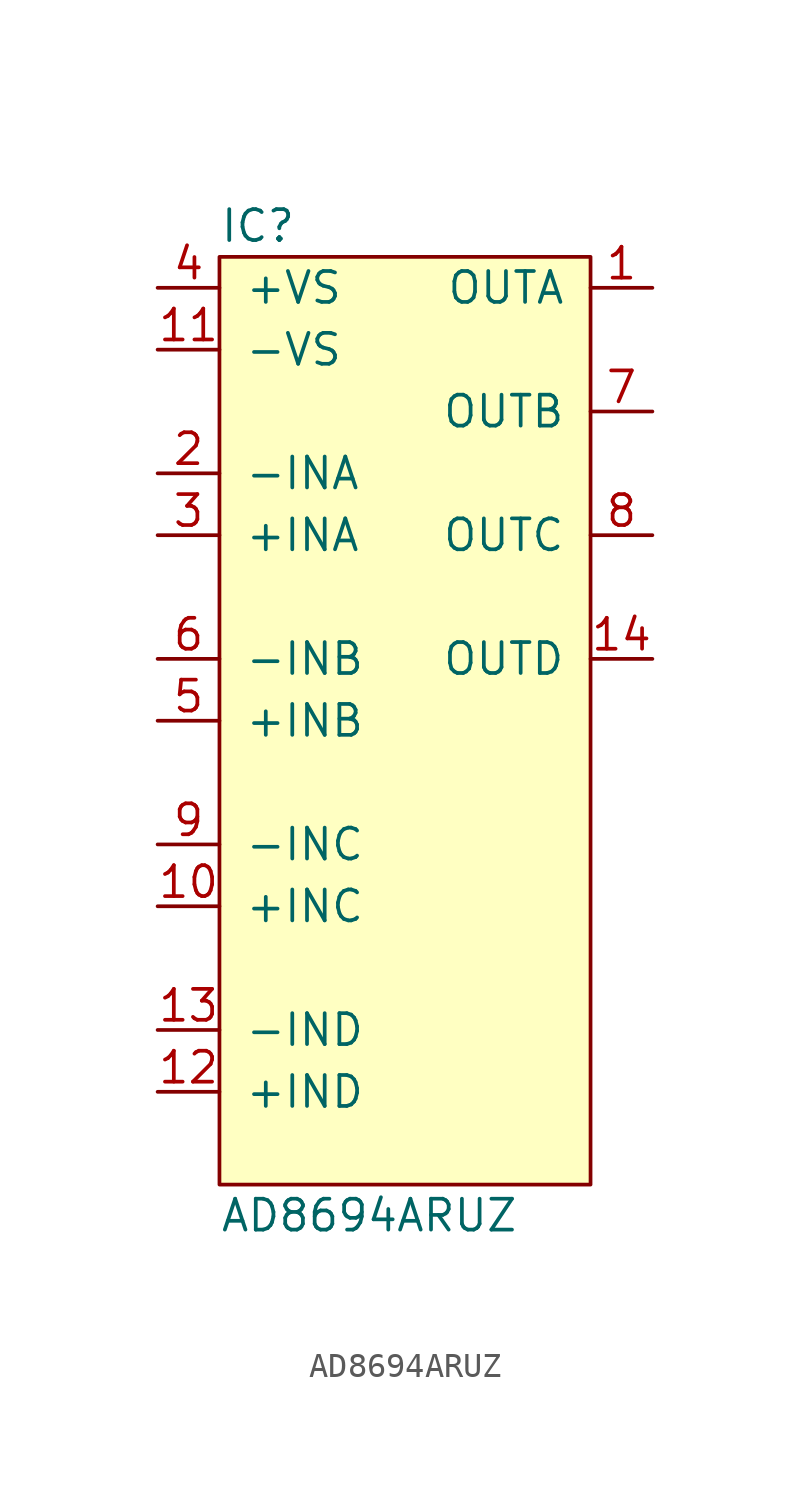
<source format=kicad_sym>
(kicad_symbol_lib
  (version 20211014)
  (generator agg_kicad.build_lib_ic)
  (symbol "AD8694ARUZ"
    (pin_names
      (offset 1.016))
    (property Reference IC
      (at -7.62 20.32 0)
      (effects (font (size 1.27 1.27)) (justify left)))
    (property Value "AD8694ARUZ"
      (at -7.62 -20.32 0)
      (effects (font (size 1.27 1.27)) (justify left)))
    (symbol "AD8694ARUZ_0_0"
      (rectangle (start -7.62 19.05) (end 7.62 -19.05) (stroke (width 0) (type default) (color 0 0 0 0)) (fill (type background)))
      (pin power_in line (at -10.16 17.78 0) (length 2.54) (name "+VS" (effects (font (size 1.27 1.27)))) (number "4" (effects (font (size 1.27 1.27)))))
      (pin power_in line (at -10.16 15.24 0) (length 2.54) (name -VS (effects (font (size 1.27 1.27)))) (number "11" (effects (font (size 1.27 1.27)))))
      (pin input line (at -10.16 10.16 0) (length 2.54) (name -INA (effects (font (size 1.27 1.27)))) (number "2" (effects (font (size 1.27 1.27)))))
      (pin input line (at -10.16 7.62 0) (length 2.54) (name "+INA" (effects (font (size 1.27 1.27)))) (number "3" (effects (font (size 1.27 1.27)))))
      (pin input line (at -10.16 2.54 0) (length 2.54) (name -INB (effects (font (size 1.27 1.27)))) (number "6" (effects (font (size 1.27 1.27)))))
      (pin input line (at -10.16 0 0) (length 2.54) (name "+INB" (effects (font (size 1.27 1.27)))) (number "5" (effects (font (size 1.27 1.27)))))
      (pin input line (at -10.16 -5.08 0) (length 2.54) (name -INC (effects (font (size 1.27 1.27)))) (number "9" (effects (font (size 1.27 1.27)))))
      (pin input line (at -10.16 -7.62 0) (length 2.54) (name "+INC" (effects (font (size 1.27 1.27)))) (number "10" (effects (font (size 1.27 1.27)))))
      (pin input line (at -10.16 -12.7 0) (length 2.54) (name -IND (effects (font (size 1.27 1.27)))) (number "13" (effects (font (size 1.27 1.27)))))
      (pin input line (at -10.16 -15.24 0) (length 2.54) (name "+IND" (effects (font (size 1.27 1.27)))) (number "12" (effects (font (size 1.27 1.27)))))
      (pin output line (at 10.16 17.78 180) (length 2.54) (name OUTA (effects (font (size 1.27 1.27)))) (number "1" (effects (font (size 1.27 1.27)))))
      (pin output line (at 10.16 12.7 180) (length 2.54) (name OUTB (effects (font (size 1.27 1.27)))) (number "7" (effects (font (size 1.27 1.27)))))
      (pin output line (at 10.16 7.62 180) (length 2.54) (name OUTC (effects (font (size 1.27 1.27)))) (number "8" (effects (font (size 1.27 1.27)))))
      (pin output line (at 10.16 2.54 180) (length 2.54) (name OUTD (effects (font (size 1.27 1.27)))) (number "14" (effects (font (size 1.27 1.27))))))))
</source>
